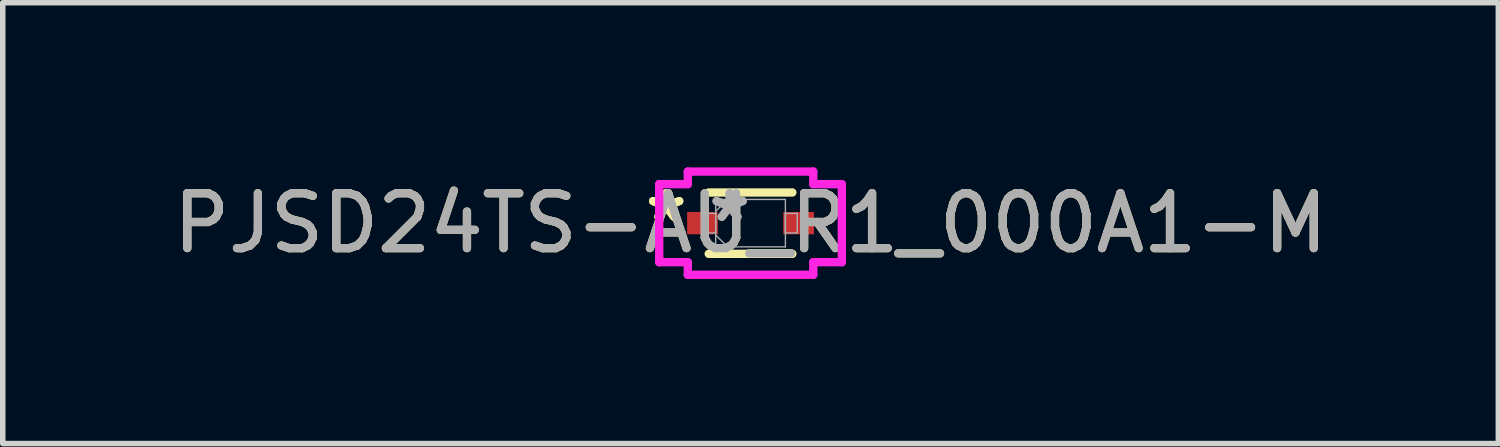
<source format=kicad_pcb>
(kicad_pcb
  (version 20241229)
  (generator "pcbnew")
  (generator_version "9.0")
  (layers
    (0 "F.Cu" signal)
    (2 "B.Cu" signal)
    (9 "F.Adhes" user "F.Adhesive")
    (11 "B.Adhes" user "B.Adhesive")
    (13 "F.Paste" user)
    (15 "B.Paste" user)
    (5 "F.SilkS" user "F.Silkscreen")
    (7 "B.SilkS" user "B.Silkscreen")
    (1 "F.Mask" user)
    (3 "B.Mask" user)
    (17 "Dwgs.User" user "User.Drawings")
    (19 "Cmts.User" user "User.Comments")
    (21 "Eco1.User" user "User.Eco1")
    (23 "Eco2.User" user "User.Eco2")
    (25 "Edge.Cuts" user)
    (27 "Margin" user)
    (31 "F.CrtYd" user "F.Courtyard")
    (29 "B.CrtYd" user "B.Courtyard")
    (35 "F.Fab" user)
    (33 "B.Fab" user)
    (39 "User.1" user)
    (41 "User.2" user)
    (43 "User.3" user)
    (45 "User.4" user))
  (footprint "PJSD24TS-AU_R1_000A1-M"
    (layer "F.Cu")
    (at 10.625 1.016)
    (property "Reference" "PJSD24TS-AU_R1_000A1-M" (at 0 0 0) (unlocked yes) (layer "F.SilkS") (effects (font (size 1 1) (thickness 0.15))))
    (attr smd)
    (fp_line (start -0.762 0.559) (end 0.762 0.559) (stroke (width 0.152) (type solid)) (layer "F.SilkS"))
    (fp_line (start 0.762 -0.559) (end -0.762 -0.559) (stroke (width 0.152) (type solid)) (layer "F.SilkS"))
    (fp_line (start -1.664 -0.711) (end -1.143 -0.711) (stroke (width 0.152) (type solid)) (layer "F.CrtYd"))
    (fp_line (start -1.664 0.711) (end -1.664 -0.711) (stroke (width 0.152) (type solid)) (layer "F.CrtYd"))
    (fp_line (start -1.143 -0.94) (end 1.143 -0.94) (stroke (width 0.152) (type solid)) (layer "F.CrtYd"))
    (fp_line (start -1.143 -0.711) (end -1.143 -0.94) (stroke (width 0.152) (type solid)) (layer "F.CrtYd"))
    (fp_line (start -1.143 0.711) (end -1.664 0.711) (stroke (width 0.152) (type solid)) (layer "F.CrtYd"))
    (fp_line (start -1.143 0.94) (end -1.143 0.711) (stroke (width 0.152) (type solid)) (layer "F.CrtYd"))
    (fp_line (start 1.143 -0.94) (end 1.143 -0.711) (stroke (width 0.152) (type solid)) (layer "F.CrtYd"))
    (fp_line (start 1.143 -0.711) (end 1.664 -0.711) (stroke (width 0.152) (type solid)) (layer "F.CrtYd"))
    (fp_line (start 1.143 0.711) (end 1.143 0.94) (stroke (width 0.152) (type solid)) (layer "F.CrtYd"))
    (fp_line (start 1.143 0.94) (end -1.143 0.94) (stroke (width 0.152) (type solid)) (layer "F.CrtYd"))
    (fp_line (start 1.664 -0.711) (end 1.664 0.711) (stroke (width 0.152) (type solid)) (layer "F.CrtYd"))
    (fp_line (start 1.664 0.711) (end 1.143 0.711) (stroke (width 0.152) (type solid)) (layer "F.CrtYd"))
    (fp_line (start -0.851 -0.178) (end -0.851 0.178) (stroke (width 0.025) (type solid)) (layer "F.Fab"))
    (fp_line (start -0.851 0.178) (end -0.635 0.178) (stroke (width 0.025) (type solid)) (layer "F.Fab"))
    (fp_line (start -0.635 -0.432) (end -0.635 0.432) (stroke (width 0.025) (type solid)) (layer "F.Fab"))
    (fp_line (start -0.635 -0.216) (end -0.419 -0.432) (stroke (width 0.025) (type solid)) (layer "F.Fab"))
    (fp_line (start -0.635 -0.178) (end -0.851 -0.178) (stroke (width 0.025) (type solid)) (layer "F.Fab"))
    (fp_line (start -0.635 0.178) (end -0.635 -0.178) (stroke (width 0.025) (type solid)) (layer "F.Fab"))
    (fp_line (start -0.635 0.216) (end -0.419 0.432) (stroke (width 0.025) (type solid)) (layer "F.Fab"))
    (fp_line (start -0.635 0.432) (end 0.635 0.432) (stroke (width 0.025) (type solid)) (layer "F.Fab"))
    (fp_line (start 0.635 -0.432) (end -0.635 -0.432) (stroke (width 0.025) (type solid)) (layer "F.Fab"))
    (fp_line (start 0.635 -0.178) (end 0.635 0.178) (stroke (width 0.025) (type solid)) (layer "F.Fab"))
    (fp_line (start 0.635 0.178) (end 0.851 0.178) (stroke (width 0.025) (type solid)) (layer "F.Fab"))
    (fp_line (start 0.635 0.432) (end 0.635 -0.432) (stroke (width 0.025) (type solid)) (layer "F.Fab"))
    (fp_line (start 0.851 -0.178) (end 0.635 -0.178) (stroke (width 0.025) (type solid)) (layer "F.Fab"))
    (fp_line (start 0.851 0.178) (end 0.851 -0.178) (stroke (width 0.025) (type solid)) (layer "F.Fab"))
    (fp_text user "*" (at -1.537 0 0) (unlocked yes) (layer "F.SilkS") (effects (font (size 1 1) (thickness 0.15))))
    (fp_text user "*" (at -1.537 0 0) (layer "F.SilkS") (effects (font (size 1 1) (thickness 0.15))))
    (fp_text user "*" (at -0.381 0 0) (layer "F.Fab") (effects (font (size 1 1) (thickness 0.15))))
    (fp_text user "${REFERENCE}" (at 0 0 0) (unlocked yes) (layer "F.Fab") (effects (font (size 1 1) (thickness 0.15))))
    (fp_text user "*" (at -0.381 0 0) (unlocked yes) (layer "F.Fab") (effects (font (size 1 1) (thickness 0.15))))
    (pad "1" smd rect (at -0.876 0) (size 0.559 0.406) (layers "F.Cu" "F.Mask" "F.Paste"))
    (pad "2" smd rect (at 0.876 0) (size 0.559 0.406) (layers "F.Cu" "F.Mask" "F.Paste"))
    (zone (net_name "") (layer "F.Cu") (hatch full 0.508) (connect_pads) (min_thickness 0.254) (filled_areas_thickness no) (keepout (tracks not_allowed) (vias not_allowed) (pads allowed) (copperpour not_allowed) (footprints allowed)) (placement (enabled no)) (fill) (polygon (pts (xy 10.079 0.635) (xy 11.171 0.635) (xy 11.171 1.397) (xy 10.079 1.397)))))
  (gr_rect
    (start -3 -3)
    (end 24.25 5.032)
    (stroke (width 0.1) (type default))
    (fill no)
    (layer "Edge.Cuts")))
</source>
